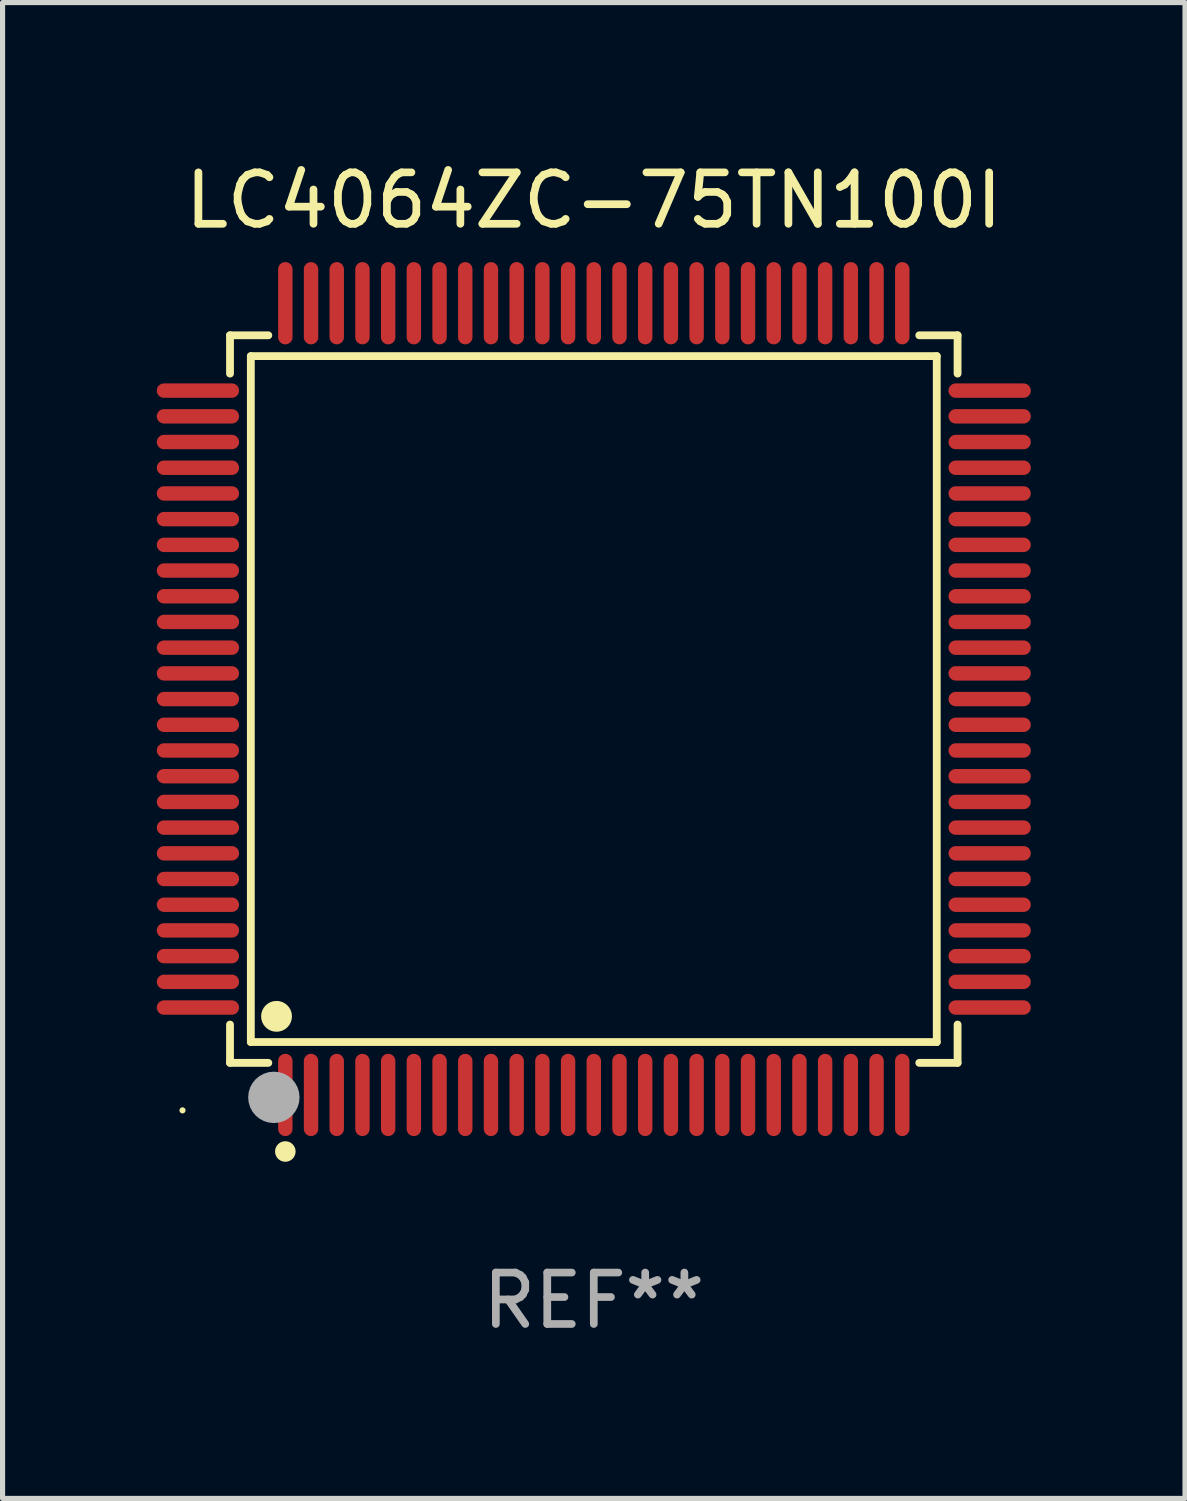
<source format=kicad_pcb>
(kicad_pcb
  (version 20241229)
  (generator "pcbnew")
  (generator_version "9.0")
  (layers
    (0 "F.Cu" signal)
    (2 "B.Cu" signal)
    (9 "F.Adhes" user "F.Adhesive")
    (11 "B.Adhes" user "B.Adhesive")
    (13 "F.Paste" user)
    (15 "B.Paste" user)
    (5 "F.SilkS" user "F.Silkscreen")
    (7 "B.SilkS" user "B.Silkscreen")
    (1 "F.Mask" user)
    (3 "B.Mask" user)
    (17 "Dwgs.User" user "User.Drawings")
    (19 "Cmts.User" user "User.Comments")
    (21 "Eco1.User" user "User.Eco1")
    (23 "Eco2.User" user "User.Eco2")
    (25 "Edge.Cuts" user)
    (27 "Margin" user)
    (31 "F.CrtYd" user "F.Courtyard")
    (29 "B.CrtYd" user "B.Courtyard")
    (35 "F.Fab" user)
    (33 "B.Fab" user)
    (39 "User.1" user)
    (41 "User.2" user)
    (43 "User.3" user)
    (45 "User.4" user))
  (footprint "LC4064ZC-75TN100I"
    (layer "F.Cu")
    (at 8.5 10.548)
    (property "Reference" "LC4064ZC-75TN100I" (at 0 -9.7 0) (layer "F.SilkS") (effects (font (size 1 1) (thickness 0.15))))
    (attr through_hole)
    (fp_line (start -7.076 -7.076) (end -6.331 -7.076) (stroke (width 0.152) (type solid)) (layer "F.SilkS"))
    (fp_line (start -7.076 -6.331) (end -7.076 -7.076) (stroke (width 0.152) (type solid)) (layer "F.SilkS"))
    (fp_line (start -7.076 6.331) (end -7.076 7.076) (stroke (width 0.152) (type solid)) (layer "F.SilkS"))
    (fp_line (start -7.076 7.076) (end -6.331 7.076) (stroke (width 0.152) (type solid)) (layer "F.SilkS"))
    (fp_line (start -6.671 -6.671) (end 6.671 -6.671) (stroke (width 0.152) (type solid)) (layer "F.SilkS"))
    (fp_line (start -6.671 6.671) (end -6.671 -6.671) (stroke (width 0.152) (type solid)) (layer "F.SilkS"))
    (fp_line (start 6.671 -6.671) (end 6.671 6.671) (stroke (width 0.152) (type solid)) (layer "F.SilkS"))
    (fp_line (start 6.671 6.671) (end -6.671 6.671) (stroke (width 0.152) (type solid)) (layer "F.SilkS"))
    (fp_line (start 7.076 -7.076) (end 6.331 -7.076) (stroke (width 0.152) (type solid)) (layer "F.SilkS"))
    (fp_line (start 7.076 -6.331) (end 7.076 -7.076) (stroke (width 0.152) (type solid)) (layer "F.SilkS"))
    (fp_line (start 7.076 6.331) (end 7.076 7.076) (stroke (width 0.152) (type solid)) (layer "F.SilkS"))
    (fp_line (start 7.076 7.076) (end 6.331 7.076) (stroke (width 0.152) (type solid)) (layer "F.SilkS"))
    (fp_circle (center -8 8) (end -7.97 8) (stroke (width 0.06) (type solid)) (fill no) (layer "F.SilkS"))
    (fp_circle (center -6.171 6.171) (end -6.021 6.171) (stroke (width 0.3) (type solid)) (fill no) (layer "F.SilkS"))
    (fp_circle (center -6 8.8) (end -5.9 8.8) (stroke (width 0.2) (type solid)) (fill no) (layer "F.SilkS"))
    (fp_circle (center -6.223 7.747) (end -5.973 7.747) (stroke (width 0.5) (type solid)) (fill no) (layer "F.Fab"))
    (fp_text user "REF**" (at 0 11.7 0) (layer "F.Fab") (effects (font (size 1 1) (thickness 0.15))))
    (pad "1" smd oval (at -6 7.7) (size 0.28 1.6) (layers "F.Cu" "F.Mask" "F.Paste"))
    (pad "2" smd oval (at -5.5 7.7) (size 0.28 1.6) (layers "F.Cu" "F.Mask" "F.Paste"))
    (pad "3" smd oval (at -5 7.7) (size 0.28 1.6) (layers "F.Cu" "F.Mask" "F.Paste"))
    (pad "4" smd oval (at -4.5 7.7) (size 0.28 1.6) (layers "F.Cu" "F.Mask" "F.Paste"))
    (pad "5" smd oval (at -4 7.7) (size 0.28 1.6) (layers "F.Cu" "F.Mask" "F.Paste"))
    (pad "6" smd oval (at -3.5 7.7) (size 0.28 1.6) (layers "F.Cu" "F.Mask" "F.Paste"))
    (pad "7" smd oval (at -3 7.7) (size 0.28 1.6) (layers "F.Cu" "F.Mask" "F.Paste"))
    (pad "8" smd oval (at -2.5 7.7) (size 0.28 1.6) (layers "F.Cu" "F.Mask" "F.Paste"))
    (pad "9" smd oval (at -2 7.7) (size 0.28 1.6) (layers "F.Cu" "F.Mask" "F.Paste"))
    (pad "10" smd oval (at -1.5 7.7) (size 0.28 1.6) (layers "F.Cu" "F.Mask" "F.Paste"))
    (pad "11" smd oval (at -1 7.7) (size 0.28 1.6) (layers "F.Cu" "F.Mask" "F.Paste"))
    (pad "12" smd oval (at -0.5 7.7) (size 0.28 1.6) (layers "F.Cu" "F.Mask" "F.Paste"))
    (pad "13" smd oval (at 0 7.7) (size 0.28 1.6) (layers "F.Cu" "F.Mask" "F.Paste"))
    (pad "14" smd oval (at 0.5 7.7) (size 0.28 1.6) (layers "F.Cu" "F.Mask" "F.Paste"))
    (pad "15" smd oval (at 1 7.7) (size 0.28 1.6) (layers "F.Cu" "F.Mask" "F.Paste"))
    (pad "16" smd oval (at 1.5 7.7) (size 0.28 1.6) (layers "F.Cu" "F.Mask" "F.Paste"))
    (pad "17" smd oval (at 2 7.7) (size 0.28 1.6) (layers "F.Cu" "F.Mask" "F.Paste"))
    (pad "18" smd oval (at 2.5 7.7) (size 0.28 1.6) (layers "F.Cu" "F.Mask" "F.Paste"))
    (pad "19" smd oval (at 3 7.7) (size 0.28 1.6) (layers "F.Cu" "F.Mask" "F.Paste"))
    (pad "20" smd oval (at 3.5 7.7) (size 0.28 1.6) (layers "F.Cu" "F.Mask" "F.Paste"))
    (pad "21" smd oval (at 4 7.7) (size 0.28 1.6) (layers "F.Cu" "F.Mask" "F.Paste"))
    (pad "22" smd oval (at 4.5 7.7) (size 0.28 1.6) (layers "F.Cu" "F.Mask" "F.Paste"))
    (pad "23" smd oval (at 5 7.7) (size 0.28 1.6) (layers "F.Cu" "F.Mask" "F.Paste"))
    (pad "24" smd oval (at 5.5 7.7) (size 0.28 1.6) (layers "F.Cu" "F.Mask" "F.Paste"))
    (pad "25" smd oval (at 6 7.7) (size 0.28 1.6) (layers "F.Cu" "F.Mask" "F.Paste"))
    (pad "26" smd oval (at 7.7 6) (size 1.6 0.28) (layers "F.Cu" "F.Mask" "F.Paste"))
    (pad "27" smd oval (at 7.7 5.5) (size 1.6 0.28) (layers "F.Cu" "F.Mask" "F.Paste"))
    (pad "28" smd oval (at 7.7 5) (size 1.6 0.28) (layers "F.Cu" "F.Mask" "F.Paste"))
    (pad "29" smd oval (at 7.7 4.5) (size 1.6 0.28) (layers "F.Cu" "F.Mask" "F.Paste"))
    (pad "30" smd oval (at 7.7 4) (size 1.6 0.28) (layers "F.Cu" "F.Mask" "F.Paste"))
    (pad "31" smd oval (at 7.7 3.5) (size 1.6 0.28) (layers "F.Cu" "F.Mask" "F.Paste"))
    (pad "32" smd oval (at 7.7 3) (size 1.6 0.28) (layers "F.Cu" "F.Mask" "F.Paste"))
    (pad "33" smd oval (at 7.7 2.5) (size 1.6 0.28) (layers "F.Cu" "F.Mask" "F.Paste"))
    (pad "34" smd oval (at 7.7 2) (size 1.6 0.28) (layers "F.Cu" "F.Mask" "F.Paste"))
    (pad "35" smd oval (at 7.7 1.5) (size 1.6 0.28) (layers "F.Cu" "F.Mask" "F.Paste"))
    (pad "36" smd oval (at 7.7 1) (size 1.6 0.28) (layers "F.Cu" "F.Mask" "F.Paste"))
    (pad "37" smd oval (at 7.7 0.5) (size 1.6 0.28) (layers "F.Cu" "F.Mask" "F.Paste"))
    (pad "38" smd oval (at 7.7 0) (size 1.6 0.28) (layers "F.Cu" "F.Mask" "F.Paste"))
    (pad "39" smd oval (at 7.7 -0.5) (size 1.6 0.28) (layers "F.Cu" "F.Mask" "F.Paste"))
    (pad "40" smd oval (at 7.7 -1) (size 1.6 0.28) (layers "F.Cu" "F.Mask" "F.Paste"))
    (pad "41" smd oval (at 7.7 -1.5) (size 1.6 0.28) (layers "F.Cu" "F.Mask" "F.Paste"))
    (pad "42" smd oval (at 7.7 -2) (size 1.6 0.28) (layers "F.Cu" "F.Mask" "F.Paste"))
    (pad "43" smd oval (at 7.7 -2.5) (size 1.6 0.28) (layers "F.Cu" "F.Mask" "F.Paste"))
    (pad "44" smd oval (at 7.7 -3) (size 1.6 0.28) (layers "F.Cu" "F.Mask" "F.Paste"))
    (pad "45" smd oval (at 7.7 -3.5) (size 1.6 0.28) (layers "F.Cu" "F.Mask" "F.Paste"))
    (pad "46" smd oval (at 7.7 -4) (size 1.6 0.28) (layers "F.Cu" "F.Mask" "F.Paste"))
    (pad "47" smd oval (at 7.7 -4.5) (size 1.6 0.28) (layers "F.Cu" "F.Mask" "F.Paste"))
    (pad "48" smd oval (at 7.7 -5) (size 1.6 0.28) (layers "F.Cu" "F.Mask" "F.Paste"))
    (pad "49" smd oval (at 7.7 -5.5) (size 1.6 0.28) (layers "F.Cu" "F.Mask" "F.Paste"))
    (pad "50" smd oval (at 7.7 -6) (size 1.6 0.28) (layers "F.Cu" "F.Mask" "F.Paste"))
    (pad "51" smd oval (at 6 -7.7) (size 0.28 1.6) (layers "F.Cu" "F.Mask" "F.Paste"))
    (pad "52" smd oval (at 5.5 -7.7) (size 0.28 1.6) (layers "F.Cu" "F.Mask" "F.Paste"))
    (pad "53" smd oval (at 5 -7.7) (size 0.28 1.6) (layers "F.Cu" "F.Mask" "F.Paste"))
    (pad "54" smd oval (at 4.5 -7.7) (size 0.28 1.6) (layers "F.Cu" "F.Mask" "F.Paste"))
    (pad "55" smd oval (at 4 -7.7) (size 0.28 1.6) (layers "F.Cu" "F.Mask" "F.Paste"))
    (pad "56" smd oval (at 3.5 -7.7) (size 0.28 1.6) (layers "F.Cu" "F.Mask" "F.Paste"))
    (pad "57" smd oval (at 3 -7.7) (size 0.28 1.6) (layers "F.Cu" "F.Mask" "F.Paste"))
    (pad "58" smd oval (at 2.5 -7.7) (size 0.28 1.6) (layers "F.Cu" "F.Mask" "F.Paste"))
    (pad "59" smd oval (at 2 -7.7) (size 0.28 1.6) (layers "F.Cu" "F.Mask" "F.Paste"))
    (pad "60" smd oval (at 1.5 -7.7) (size 0.28 1.6) (layers "F.Cu" "F.Mask" "F.Paste"))
    (pad "61" smd oval (at 1 -7.7) (size 0.28 1.6) (layers "F.Cu" "F.Mask" "F.Paste"))
    (pad "62" smd oval (at 0.5 -7.7) (size 0.28 1.6) (layers "F.Cu" "F.Mask" "F.Paste"))
    (pad "63" smd oval (at 0 -7.7) (size 0.28 1.6) (layers "F.Cu" "F.Mask" "F.Paste"))
    (pad "64" smd oval (at -0.5 -7.7) (size 0.28 1.6) (layers "F.Cu" "F.Mask" "F.Paste"))
    (pad "65" smd oval (at -1 -7.7) (size 0.28 1.6) (layers "F.Cu" "F.Mask" "F.Paste"))
    (pad "66" smd oval (at -1.5 -7.7) (size 0.28 1.6) (layers "F.Cu" "F.Mask" "F.Paste"))
    (pad "67" smd oval (at -2 -7.7) (size 0.28 1.6) (layers "F.Cu" "F.Mask" "F.Paste"))
    (pad "68" smd oval (at -2.5 -7.7) (size 0.28 1.6) (layers "F.Cu" "F.Mask" "F.Paste"))
    (pad "69" smd oval (at -3 -7.7) (size 0.28 1.6) (layers "F.Cu" "F.Mask" "F.Paste"))
    (pad "70" smd oval (at -3.5 -7.7) (size 0.28 1.6) (layers "F.Cu" "F.Mask" "F.Paste"))
    (pad "71" smd oval (at -4 -7.7) (size 0.28 1.6) (layers "F.Cu" "F.Mask" "F.Paste"))
    (pad "72" smd oval (at -4.5 -7.7) (size 0.28 1.6) (layers "F.Cu" "F.Mask" "F.Paste"))
    (pad "73" smd oval (at -5 -7.7) (size 0.28 1.6) (layers "F.Cu" "F.Mask" "F.Paste"))
    (pad "74" smd oval (at -5.5 -7.7) (size 0.28 1.6) (layers "F.Cu" "F.Mask" "F.Paste"))
    (pad "75" smd oval (at -6 -7.7) (size 0.28 1.6) (layers "F.Cu" "F.Mask" "F.Paste"))
    (pad "76" smd oval (at -7.7 -6) (size 1.6 0.28) (layers "F.Cu" "F.Mask" "F.Paste"))
    (pad "77" smd oval (at -7.7 -5.5) (size 1.6 0.28) (layers "F.Cu" "F.Mask" "F.Paste"))
    (pad "78" smd oval (at -7.7 -5) (size 1.6 0.28) (layers "F.Cu" "F.Mask" "F.Paste"))
    (pad "79" smd oval (at -7.7 -4.5) (size 1.6 0.28) (layers "F.Cu" "F.Mask" "F.Paste"))
    (pad "80" smd oval (at -7.7 -4) (size 1.6 0.28) (layers "F.Cu" "F.Mask" "F.Paste"))
    (pad "81" smd oval (at -7.7 -3.5) (size 1.6 0.28) (layers "F.Cu" "F.Mask" "F.Paste"))
    (pad "82" smd oval (at -7.7 -3) (size 1.6 0.28) (layers "F.Cu" "F.Mask" "F.Paste"))
    (pad "83" smd oval (at -7.7 -2.5) (size 1.6 0.28) (layers "F.Cu" "F.Mask" "F.Paste"))
    (pad "84" smd oval (at -7.7 -2) (size 1.6 0.28) (layers "F.Cu" "F.Mask" "F.Paste"))
    (pad "85" smd oval (at -7.7 -1.5) (size 1.6 0.28) (layers "F.Cu" "F.Mask" "F.Paste"))
    (pad "86" smd oval (at -7.7 -1) (size 1.6 0.28) (layers "F.Cu" "F.Mask" "F.Paste"))
    (pad "87" smd oval (at -7.7 -0.5) (size 1.6 0.28) (layers "F.Cu" "F.Mask" "F.Paste"))
    (pad "88" smd oval (at -7.7 0) (size 1.6 0.28) (layers "F.Cu" "F.Mask" "F.Paste"))
    (pad "89" smd oval (at -7.7 0.5) (size 1.6 0.28) (layers "F.Cu" "F.Mask" "F.Paste"))
    (pad "90" smd oval (at -7.7 1) (size 1.6 0.28) (layers "F.Cu" "F.Mask" "F.Paste"))
    (pad "91" smd oval (at -7.7 1.5) (size 1.6 0.28) (layers "F.Cu" "F.Mask" "F.Paste"))
    (pad "92" smd oval (at -7.7 2) (size 1.6 0.28) (layers "F.Cu" "F.Mask" "F.Paste"))
    (pad "93" smd oval (at -7.7 2.5) (size 1.6 0.28) (layers "F.Cu" "F.Mask" "F.Paste"))
    (pad "94" smd oval (at -7.7 3) (size 1.6 0.28) (layers "F.Cu" "F.Mask" "F.Paste"))
    (pad "95" smd oval (at -7.7 3.5) (size 1.6 0.28) (layers "F.Cu" "F.Mask" "F.Paste"))
    (pad "96" smd oval (at -7.7 4) (size 1.6 0.28) (layers "F.Cu" "F.Mask" "F.Paste"))
    (pad "97" smd oval (at -7.7 4.5) (size 1.6 0.28) (layers "F.Cu" "F.Mask" "F.Paste"))
    (pad "98" smd oval (at -7.7 5) (size 1.6 0.28) (layers "F.Cu" "F.Mask" "F.Paste"))
    (pad "99" smd oval (at -7.7 5.5) (size 1.6 0.28) (layers "F.Cu" "F.Mask" "F.Paste"))
    (pad "100" smd oval (at -7.7 6) (size 1.6 0.28) (layers "F.Cu" "F.Mask" "F.Paste")))
  (gr_rect
    (start -3 -3)
    (end 20 26.097)
    (stroke (width 0.1) (type default))
    (fill no)
    (layer "Edge.Cuts")))
</source>
